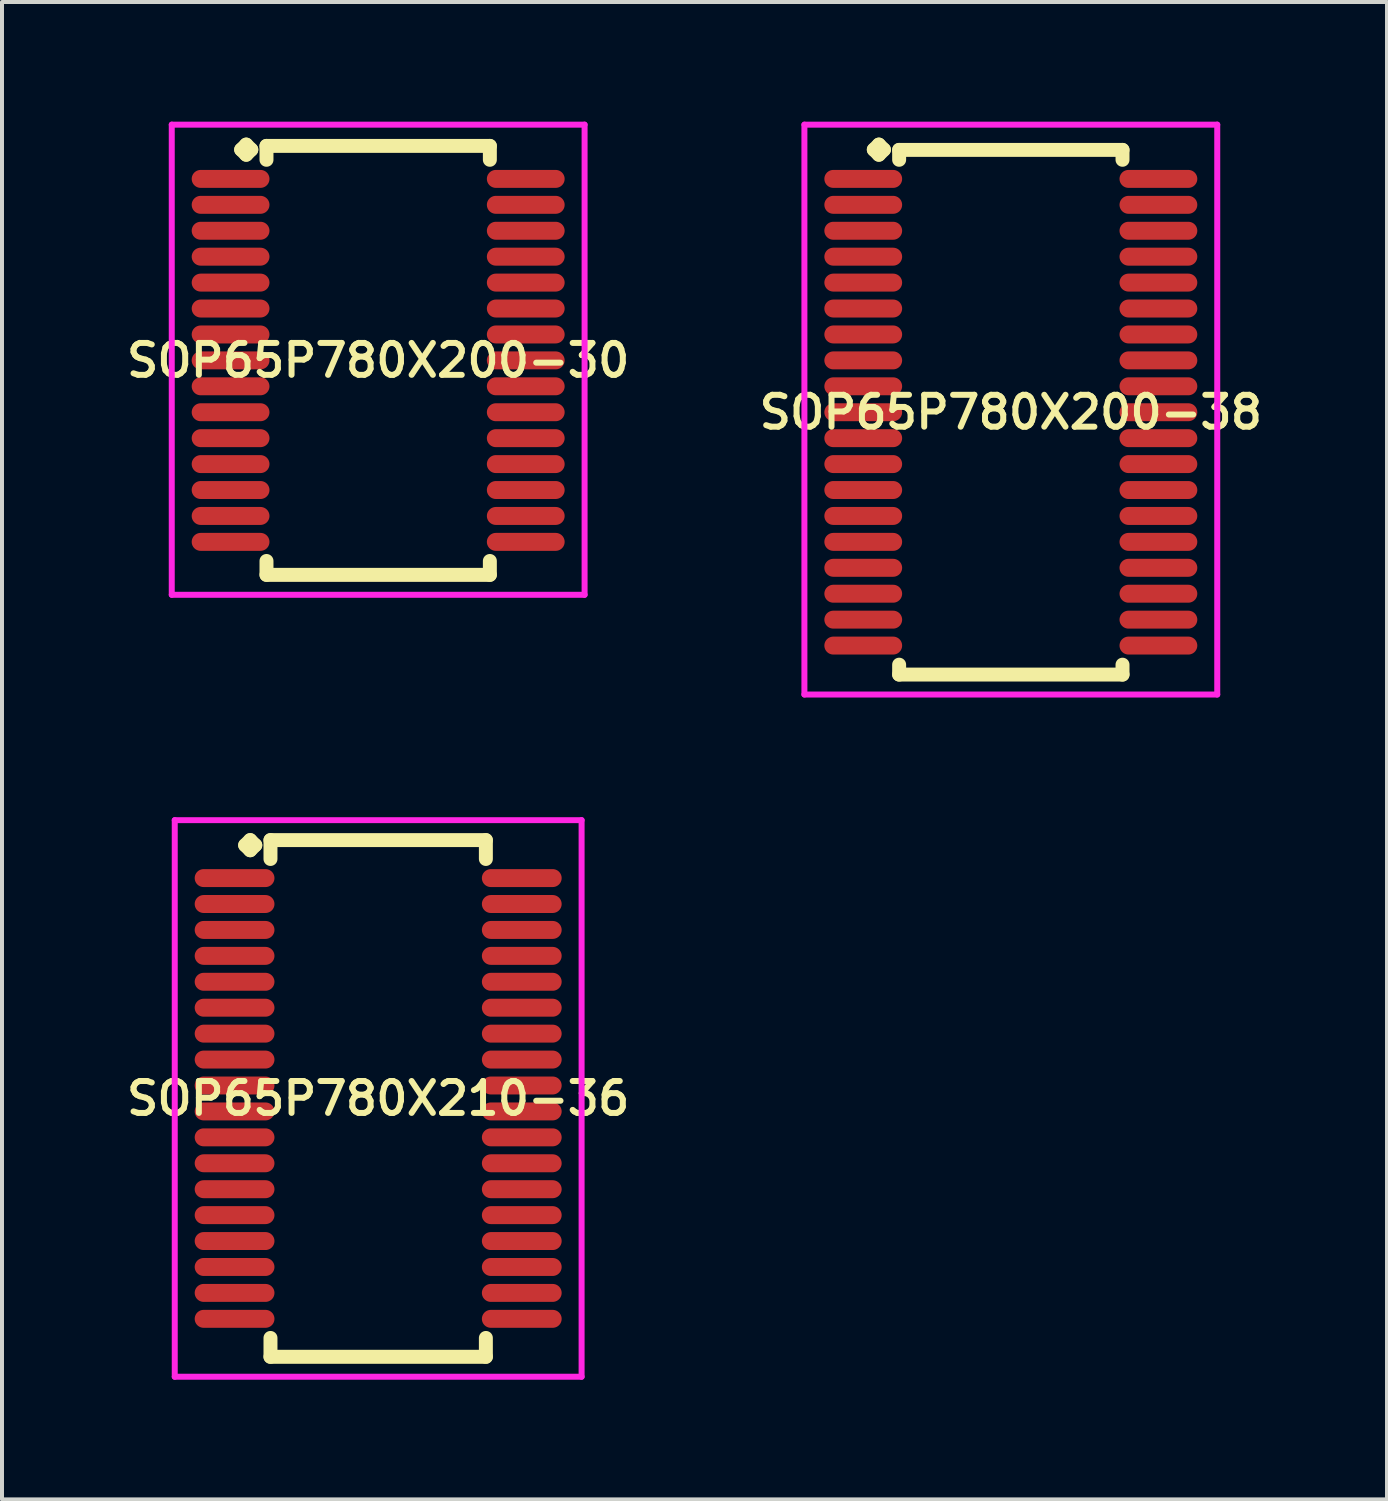
<source format=kicad_pcb>
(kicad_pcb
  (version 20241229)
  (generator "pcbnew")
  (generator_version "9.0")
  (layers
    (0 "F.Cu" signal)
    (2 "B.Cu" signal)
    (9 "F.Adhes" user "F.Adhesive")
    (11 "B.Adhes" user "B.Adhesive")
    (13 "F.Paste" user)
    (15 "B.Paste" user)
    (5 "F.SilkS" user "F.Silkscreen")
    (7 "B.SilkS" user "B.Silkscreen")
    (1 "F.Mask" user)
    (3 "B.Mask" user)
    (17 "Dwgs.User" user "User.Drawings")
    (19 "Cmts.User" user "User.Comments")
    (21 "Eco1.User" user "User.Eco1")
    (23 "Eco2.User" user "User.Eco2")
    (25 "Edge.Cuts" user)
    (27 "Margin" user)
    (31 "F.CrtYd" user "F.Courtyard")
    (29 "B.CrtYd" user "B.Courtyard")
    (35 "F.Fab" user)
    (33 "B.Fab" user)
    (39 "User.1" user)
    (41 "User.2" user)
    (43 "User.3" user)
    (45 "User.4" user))
  (footprint "SOP65P780X210-36"
    (layer "F.Cu")
    (at 6.431 24.489)
    (property "Reference" "SOP65P780X210-36" (at 0 0 0) (layer "F.SilkS") (effects (font (size 0.8 0.8) (thickness 0.15))))
    (attr smd)
    (fp_line (start -3.335 -6.35) (end -3.208 -6.477) (stroke (width 0.35) (type solid)) (layer "F.SilkS"))
    (fp_line (start -3.208 -6.477) (end -3.081 -6.35) (stroke (width 0.35) (type solid)) (layer "F.SilkS"))
    (fp_line (start -3.208 -6.223) (end -3.335 -6.35) (stroke (width 0.35) (type solid)) (layer "F.SilkS"))
    (fp_line (start -3.081 -6.35) (end -3.208 -6.223) (stroke (width 0.35) (type solid)) (layer "F.SilkS"))
    (fp_line (start -2.7 -6.477) (end 2.7 -6.477) (stroke (width 0.35) (type solid)) (layer "F.SilkS"))
    (fp_line (start -2.7 -6.004) (end -2.7 -6.477) (stroke (width 0.35) (type solid)) (layer "F.SilkS"))
    (fp_line (start -2.7 6.004) (end -2.7 6.477) (stroke (width 0.35) (type solid)) (layer "F.SilkS"))
    (fp_line (start -2.7 6.477) (end 2.7 6.477) (stroke (width 0.35) (type solid)) (layer "F.SilkS"))
    (fp_line (start 2.7 -6.477) (end 2.7 -6.004) (stroke (width 0.35) (type solid)) (layer "F.SilkS"))
    (fp_line (start 2.7 6.477) (end 2.7 6.004) (stroke (width 0.35) (type solid)) (layer "F.SilkS"))
    (fp_line (start -5.1 -6.977) (end 5.1 -6.977) (stroke (width 0.15) (type solid)) (layer "F.CrtYd"))
    (fp_line (start -5.1 6.977) (end -5.1 -6.977) (stroke (width 0.15) (type solid)) (layer "F.CrtYd"))
    (fp_line (start 5.1 -6.977) (end 5.1 6.977) (stroke (width 0.15) (type solid)) (layer "F.CrtYd"))
    (fp_line (start 5.1 6.977) (end -5.1 6.977) (stroke (width 0.15) (type solid)) (layer "F.CrtYd"))
    (pad "1" smd oval (at -3.6 -5.525) (size 2 0.45) (layers "F.Cu" "F.Mask" "F.Paste"))
    (pad "2" smd oval (at -3.6 -4.875) (size 2 0.45) (layers "F.Cu" "F.Mask" "F.Paste"))
    (pad "3" smd oval (at -3.6 -4.225) (size 2 0.45) (layers "F.Cu" "F.Mask" "F.Paste"))
    (pad "4" smd oval (at -3.6 -3.575) (size 2 0.45) (layers "F.Cu" "F.Mask" "F.Paste"))
    (pad "5" smd oval (at -3.6 -2.925) (size 2 0.45) (layers "F.Cu" "F.Mask" "F.Paste"))
    (pad "6" smd oval (at -3.6 -2.275) (size 2 0.45) (layers "F.Cu" "F.Mask" "F.Paste"))
    (pad "7" smd oval (at -3.6 -1.625) (size 2 0.45) (layers "F.Cu" "F.Mask" "F.Paste"))
    (pad "8" smd oval (at -3.6 -0.975) (size 2 0.45) (layers "F.Cu" "F.Mask" "F.Paste"))
    (pad "9" smd oval (at -3.6 -0.325) (size 2 0.45) (layers "F.Cu" "F.Mask" "F.Paste"))
    (pad "10" smd oval (at -3.6 0.325) (size 2 0.45) (layers "F.Cu" "F.Mask" "F.Paste"))
    (pad "11" smd oval (at -3.6 0.975) (size 2 0.45) (layers "F.Cu" "F.Mask" "F.Paste"))
    (pad "12" smd oval (at -3.6 1.625) (size 2 0.45) (layers "F.Cu" "F.Mask" "F.Paste"))
    (pad "13" smd oval (at -3.6 2.275) (size 2 0.45) (layers "F.Cu" "F.Mask" "F.Paste"))
    (pad "14" smd oval (at -3.6 2.925) (size 2 0.45) (layers "F.Cu" "F.Mask" "F.Paste"))
    (pad "15" smd oval (at -3.6 3.575) (size 2 0.45) (layers "F.Cu" "F.Mask" "F.Paste"))
    (pad "16" smd oval (at -3.6 4.225) (size 2 0.45) (layers "F.Cu" "F.Mask" "F.Paste"))
    (pad "17" smd oval (at -3.6 4.875) (size 2 0.45) (layers "F.Cu" "F.Mask" "F.Paste"))
    (pad "18" smd oval (at -3.6 5.525) (size 2 0.45) (layers "F.Cu" "F.Mask" "F.Paste"))
    (pad "19" smd oval (at 3.6 5.525) (size 2 0.45) (layers "F.Cu" "F.Mask" "F.Paste"))
    (pad "20" smd oval (at 3.6 4.875) (size 2 0.45) (layers "F.Cu" "F.Mask" "F.Paste"))
    (pad "21" smd oval (at 3.6 4.225) (size 2 0.45) (layers "F.Cu" "F.Mask" "F.Paste"))
    (pad "22" smd oval (at 3.6 3.575) (size 2 0.45) (layers "F.Cu" "F.Mask" "F.Paste"))
    (pad "23" smd oval (at 3.6 2.925) (size 2 0.45) (layers "F.Cu" "F.Mask" "F.Paste"))
    (pad "24" smd oval (at 3.6 2.275) (size 2 0.45) (layers "F.Cu" "F.Mask" "F.Paste"))
    (pad "25" smd oval (at 3.6 1.625) (size 2 0.45) (layers "F.Cu" "F.Mask" "F.Paste"))
    (pad "26" smd oval (at 3.6 0.975) (size 2 0.45) (layers "F.Cu" "F.Mask" "F.Paste"))
    (pad "27" smd oval (at 3.6 0.325) (size 2 0.45) (layers "F.Cu" "F.Mask" "F.Paste"))
    (pad "28" smd oval (at 3.6 -0.325) (size 2 0.45) (layers "F.Cu" "F.Mask" "F.Paste"))
    (pad "29" smd oval (at 3.6 -0.975) (size 2 0.45) (layers "F.Cu" "F.Mask" "F.Paste"))
    (pad "30" smd oval (at 3.6 -1.625) (size 2 0.45) (layers "F.Cu" "F.Mask" "F.Paste"))
    (pad "31" smd oval (at 3.6 -2.275) (size 2 0.45) (layers "F.Cu" "F.Mask" "F.Paste"))
    (pad "32" smd oval (at 3.6 -2.925) (size 2 0.45) (layers "F.Cu" "F.Mask" "F.Paste"))
    (pad "33" smd oval (at 3.6 -3.575) (size 2 0.45) (layers "F.Cu" "F.Mask" "F.Paste"))
    (pad "34" smd oval (at 3.6 -4.225) (size 2 0.45) (layers "F.Cu" "F.Mask" "F.Paste"))
    (pad "35" smd oval (at 3.6 -4.875) (size 2 0.45) (layers "F.Cu" "F.Mask" "F.Paste"))
    (pad "36" smd oval (at 3.6 -5.525) (size 2 0.45) (layers "F.Cu" "F.Mask" "F.Paste")))
  (footprint "SOP65P780X200-38"
    (layer "F.Cu")
    (at 22.292 7.285)
    (property "Reference" "SOP65P780X200-38" (at 0 0 0) (layer "F.SilkS") (effects (font (size 0.8 0.8) (thickness 0.15))))
    (attr smd)
    (fp_line (start -3.435 -6.583) (end -3.308 -6.71) (stroke (width 0.35) (type solid)) (layer "F.SilkS"))
    (fp_line (start -3.308 -6.71) (end -3.181 -6.583) (stroke (width 0.35) (type solid)) (layer "F.SilkS"))
    (fp_line (start -3.308 -6.456) (end -3.435 -6.583) (stroke (width 0.35) (type solid)) (layer "F.SilkS"))
    (fp_line (start -3.181 -6.583) (end -3.308 -6.456) (stroke (width 0.35) (type solid)) (layer "F.SilkS"))
    (fp_line (start -2.8 -6.577) (end 2.8 -6.577) (stroke (width 0.35) (type solid)) (layer "F.SilkS"))
    (fp_line (start -2.8 -6.329) (end -2.8 -6.577) (stroke (width 0.35) (type solid)) (layer "F.SilkS"))
    (fp_line (start -2.8 6.329) (end -2.8 6.577) (stroke (width 0.35) (type solid)) (layer "F.SilkS"))
    (fp_line (start -2.8 6.577) (end 2.8 6.577) (stroke (width 0.35) (type solid)) (layer "F.SilkS"))
    (fp_line (start 2.8 -6.577) (end 2.8 -6.329) (stroke (width 0.35) (type solid)) (layer "F.SilkS"))
    (fp_line (start 2.8 6.577) (end 2.8 6.329) (stroke (width 0.35) (type solid)) (layer "F.SilkS"))
    (fp_line (start -5.175 -7.21) (end 5.175 -7.21) (stroke (width 0.15) (type solid)) (layer "F.CrtYd"))
    (fp_line (start -5.175 7.077) (end -5.175 -7.21) (stroke (width 0.15) (type solid)) (layer "F.CrtYd"))
    (fp_line (start 5.175 -7.21) (end 5.175 7.077) (stroke (width 0.15) (type solid)) (layer "F.CrtYd"))
    (fp_line (start 5.175 7.077) (end -5.175 7.077) (stroke (width 0.15) (type solid)) (layer "F.CrtYd"))
    (pad "1" smd oval (at -3.7 -5.85) (size 1.95 0.45) (layers "F.Cu" "F.Mask" "F.Paste"))
    (pad "2" smd oval (at -3.7 -5.2) (size 1.95 0.45) (layers "F.Cu" "F.Mask" "F.Paste"))
    (pad "3" smd oval (at -3.7 -4.55) (size 1.95 0.45) (layers "F.Cu" "F.Mask" "F.Paste"))
    (pad "4" smd oval (at -3.7 -3.9) (size 1.95 0.45) (layers "F.Cu" "F.Mask" "F.Paste"))
    (pad "5" smd oval (at -3.7 -3.25) (size 1.95 0.45) (layers "F.Cu" "F.Mask" "F.Paste"))
    (pad "6" smd oval (at -3.7 -2.6) (size 1.95 0.45) (layers "F.Cu" "F.Mask" "F.Paste"))
    (pad "7" smd oval (at -3.7 -1.95) (size 1.95 0.45) (layers "F.Cu" "F.Mask" "F.Paste"))
    (pad "8" smd oval (at -3.7 -1.3) (size 1.95 0.45) (layers "F.Cu" "F.Mask" "F.Paste"))
    (pad "9" smd oval (at -3.7 -0.65) (size 1.95 0.45) (layers "F.Cu" "F.Mask" "F.Paste"))
    (pad "10" smd oval (at -3.7 0) (size 1.95 0.45) (layers "F.Cu" "F.Mask" "F.Paste"))
    (pad "11" smd oval (at -3.7 0.65) (size 1.95 0.45) (layers "F.Cu" "F.Mask" "F.Paste"))
    (pad "12" smd oval (at -3.7 1.3) (size 1.95 0.45) (layers "F.Cu" "F.Mask" "F.Paste"))
    (pad "13" smd oval (at -3.7 1.95) (size 1.95 0.45) (layers "F.Cu" "F.Mask" "F.Paste"))
    (pad "14" smd oval (at -3.7 2.6) (size 1.95 0.45) (layers "F.Cu" "F.Mask" "F.Paste"))
    (pad "15" smd oval (at -3.7 3.25) (size 1.95 0.45) (layers "F.Cu" "F.Mask" "F.Paste"))
    (pad "16" smd oval (at -3.7 3.9) (size 1.95 0.45) (layers "F.Cu" "F.Mask" "F.Paste"))
    (pad "17" smd oval (at -3.7 4.55) (size 1.95 0.45) (layers "F.Cu" "F.Mask" "F.Paste"))
    (pad "18" smd oval (at -3.7 5.2) (size 1.95 0.45) (layers "F.Cu" "F.Mask" "F.Paste"))
    (pad "19" smd oval (at -3.7 5.85) (size 1.95 0.45) (layers "F.Cu" "F.Mask" "F.Paste"))
    (pad "20" smd oval (at 3.7 5.85) (size 1.95 0.45) (layers "F.Cu" "F.Mask" "F.Paste"))
    (pad "21" smd oval (at 3.7 5.2) (size 1.95 0.45) (layers "F.Cu" "F.Mask" "F.Paste"))
    (pad "22" smd oval (at 3.7 4.55) (size 1.95 0.45) (layers "F.Cu" "F.Mask" "F.Paste"))
    (pad "23" smd oval (at 3.7 3.9) (size 1.95 0.45) (layers "F.Cu" "F.Mask" "F.Paste"))
    (pad "24" smd oval (at 3.7 3.25) (size 1.95 0.45) (layers "F.Cu" "F.Mask" "F.Paste"))
    (pad "25" smd oval (at 3.7 2.6) (size 1.95 0.45) (layers "F.Cu" "F.Mask" "F.Paste"))
    (pad "26" smd oval (at 3.7 1.95) (size 1.95 0.45) (layers "F.Cu" "F.Mask" "F.Paste"))
    (pad "27" smd oval (at 3.7 1.3) (size 1.95 0.45) (layers "F.Cu" "F.Mask" "F.Paste"))
    (pad "28" smd oval (at 3.7 0.65) (size 1.95 0.45) (layers "F.Cu" "F.Mask" "F.Paste"))
    (pad "29" smd oval (at 3.7 0) (size 1.95 0.45) (layers "F.Cu" "F.Mask" "F.Paste"))
    (pad "30" smd oval (at 3.7 -0.65) (size 1.95 0.45) (layers "F.Cu" "F.Mask" "F.Paste"))
    (pad "31" smd oval (at 3.7 -1.3) (size 1.95 0.45) (layers "F.Cu" "F.Mask" "F.Paste"))
    (pad "32" smd oval (at 3.7 -1.95) (size 1.95 0.45) (layers "F.Cu" "F.Mask" "F.Paste"))
    (pad "33" smd oval (at 3.7 -2.6) (size 1.95 0.45) (layers "F.Cu" "F.Mask" "F.Paste"))
    (pad "34" smd oval (at 3.7 -3.25) (size 1.95 0.45) (layers "F.Cu" "F.Mask" "F.Paste"))
    (pad "35" smd oval (at 3.7 -3.9) (size 1.95 0.45) (layers "F.Cu" "F.Mask" "F.Paste"))
    (pad "36" smd oval (at 3.7 -4.55) (size 1.95 0.45) (layers "F.Cu" "F.Mask" "F.Paste"))
    (pad "37" smd oval (at 3.7 -5.2) (size 1.95 0.45) (layers "F.Cu" "F.Mask" "F.Paste"))
    (pad "38" smd oval (at 3.7 -5.85) (size 1.95 0.45) (layers "F.Cu" "F.Mask" "F.Paste")))
  (footprint "SOP65P780X200-30"
    (layer "F.Cu")
    (at 6.431 5.985)
    (property "Reference" "SOP65P780X200-30" (at 0 0 0) (layer "F.SilkS") (effects (font (size 0.8 0.8) (thickness 0.15))))
    (attr smd)
    (fp_line (start -3.435 -5.283) (end -3.308 -5.41) (stroke (width 0.35) (type solid)) (layer "F.SilkS"))
    (fp_line (start -3.308 -5.41) (end -3.181 -5.283) (stroke (width 0.35) (type solid)) (layer "F.SilkS"))
    (fp_line (start -3.308 -5.156) (end -3.435 -5.283) (stroke (width 0.35) (type solid)) (layer "F.SilkS"))
    (fp_line (start -3.181 -5.283) (end -3.308 -5.156) (stroke (width 0.35) (type solid)) (layer "F.SilkS"))
    (fp_line (start -2.8 -5.377) (end 2.8 -5.377) (stroke (width 0.35) (type solid)) (layer "F.SilkS"))
    (fp_line (start -2.8 -5.029) (end -2.8 -5.377) (stroke (width 0.35) (type solid)) (layer "F.SilkS"))
    (fp_line (start -2.8 5.029) (end -2.8 5.377) (stroke (width 0.35) (type solid)) (layer "F.SilkS"))
    (fp_line (start -2.8 5.377) (end 2.8 5.377) (stroke (width 0.35) (type solid)) (layer "F.SilkS"))
    (fp_line (start 2.8 -5.377) (end 2.8 -5.029) (stroke (width 0.35) (type solid)) (layer "F.SilkS"))
    (fp_line (start 2.8 5.377) (end 2.8 5.029) (stroke (width 0.35) (type solid)) (layer "F.SilkS"))
    (fp_line (start -5.175 -5.91) (end 5.175 -5.91) (stroke (width 0.15) (type solid)) (layer "F.CrtYd"))
    (fp_line (start -5.175 5.877) (end -5.175 -5.91) (stroke (width 0.15) (type solid)) (layer "F.CrtYd"))
    (fp_line (start 5.175 -5.91) (end 5.175 5.877) (stroke (width 0.15) (type solid)) (layer "F.CrtYd"))
    (fp_line (start 5.175 5.877) (end -5.175 5.877) (stroke (width 0.15) (type solid)) (layer "F.CrtYd"))
    (pad "1" smd oval (at -3.7 -4.55) (size 1.95 0.45) (layers "F.Cu" "F.Mask" "F.Paste"))
    (pad "2" smd oval (at -3.7 -3.9) (size 1.95 0.45) (layers "F.Cu" "F.Mask" "F.Paste"))
    (pad "3" smd oval (at -3.7 -3.25) (size 1.95 0.45) (layers "F.Cu" "F.Mask" "F.Paste"))
    (pad "4" smd oval (at -3.7 -2.6) (size 1.95 0.45) (layers "F.Cu" "F.Mask" "F.Paste"))
    (pad "5" smd oval (at -3.7 -1.95) (size 1.95 0.45) (layers "F.Cu" "F.Mask" "F.Paste"))
    (pad "6" smd oval (at -3.7 -1.3) (size 1.95 0.45) (layers "F.Cu" "F.Mask" "F.Paste"))
    (pad "7" smd oval (at -3.7 -0.65) (size 1.95 0.45) (layers "F.Cu" "F.Mask" "F.Paste"))
    (pad "8" smd oval (at -3.7 0) (size 1.95 0.45) (layers "F.Cu" "F.Mask" "F.Paste"))
    (pad "9" smd oval (at -3.7 0.65) (size 1.95 0.45) (layers "F.Cu" "F.Mask" "F.Paste"))
    (pad "10" smd oval (at -3.7 1.3) (size 1.95 0.45) (layers "F.Cu" "F.Mask" "F.Paste"))
    (pad "11" smd oval (at -3.7 1.95) (size 1.95 0.45) (layers "F.Cu" "F.Mask" "F.Paste"))
    (pad "12" smd oval (at -3.7 2.6) (size 1.95 0.45) (layers "F.Cu" "F.Mask" "F.Paste"))
    (pad "13" smd oval (at -3.7 3.25) (size 1.95 0.45) (layers "F.Cu" "F.Mask" "F.Paste"))
    (pad "14" smd oval (at -3.7 3.9) (size 1.95 0.45) (layers "F.Cu" "F.Mask" "F.Paste"))
    (pad "15" smd oval (at -3.7 4.55) (size 1.95 0.45) (layers "F.Cu" "F.Mask" "F.Paste"))
    (pad "16" smd oval (at 3.7 4.55) (size 1.95 0.45) (layers "F.Cu" "F.Mask" "F.Paste"))
    (pad "17" smd oval (at 3.7 3.9) (size 1.95 0.45) (layers "F.Cu" "F.Mask" "F.Paste"))
    (pad "18" smd oval (at 3.7 3.25) (size 1.95 0.45) (layers "F.Cu" "F.Mask" "F.Paste"))
    (pad "19" smd oval (at 3.7 2.6) (size 1.95 0.45) (layers "F.Cu" "F.Mask" "F.Paste"))
    (pad "20" smd oval (at 3.7 1.95) (size 1.95 0.45) (layers "F.Cu" "F.Mask" "F.Paste"))
    (pad "21" smd oval (at 3.7 1.3) (size 1.95 0.45) (layers "F.Cu" "F.Mask" "F.Paste"))
    (pad "22" smd oval (at 3.7 0.65) (size 1.95 0.45) (layers "F.Cu" "F.Mask" "F.Paste"))
    (pad "23" smd oval (at 3.7 0) (size 1.95 0.45) (layers "F.Cu" "F.Mask" "F.Paste"))
    (pad "24" smd oval (at 3.7 -0.65) (size 1.95 0.45) (layers "F.Cu" "F.Mask" "F.Paste"))
    (pad "25" smd oval (at 3.7 -1.3) (size 1.95 0.45) (layers "F.Cu" "F.Mask" "F.Paste"))
    (pad "26" smd oval (at 3.7 -1.95) (size 1.95 0.45) (layers "F.Cu" "F.Mask" "F.Paste"))
    (pad "27" smd oval (at 3.7 -2.6) (size 1.95 0.45) (layers "F.Cu" "F.Mask" "F.Paste"))
    (pad "28" smd oval (at 3.7 -3.25) (size 1.95 0.45) (layers "F.Cu" "F.Mask" "F.Paste"))
    (pad "29" smd oval (at 3.7 -3.9) (size 1.95 0.45) (layers "F.Cu" "F.Mask" "F.Paste"))
    (pad "30" smd oval (at 3.7 -4.55) (size 1.95 0.45) (layers "F.Cu" "F.Mask" "F.Paste")))
  (gr_rect
    (start -3 -3)
    (end 31.723 34.541)
    (stroke (width 0.1) (type default))
    (fill no)
    (layer "Edge.Cuts")))
</source>
